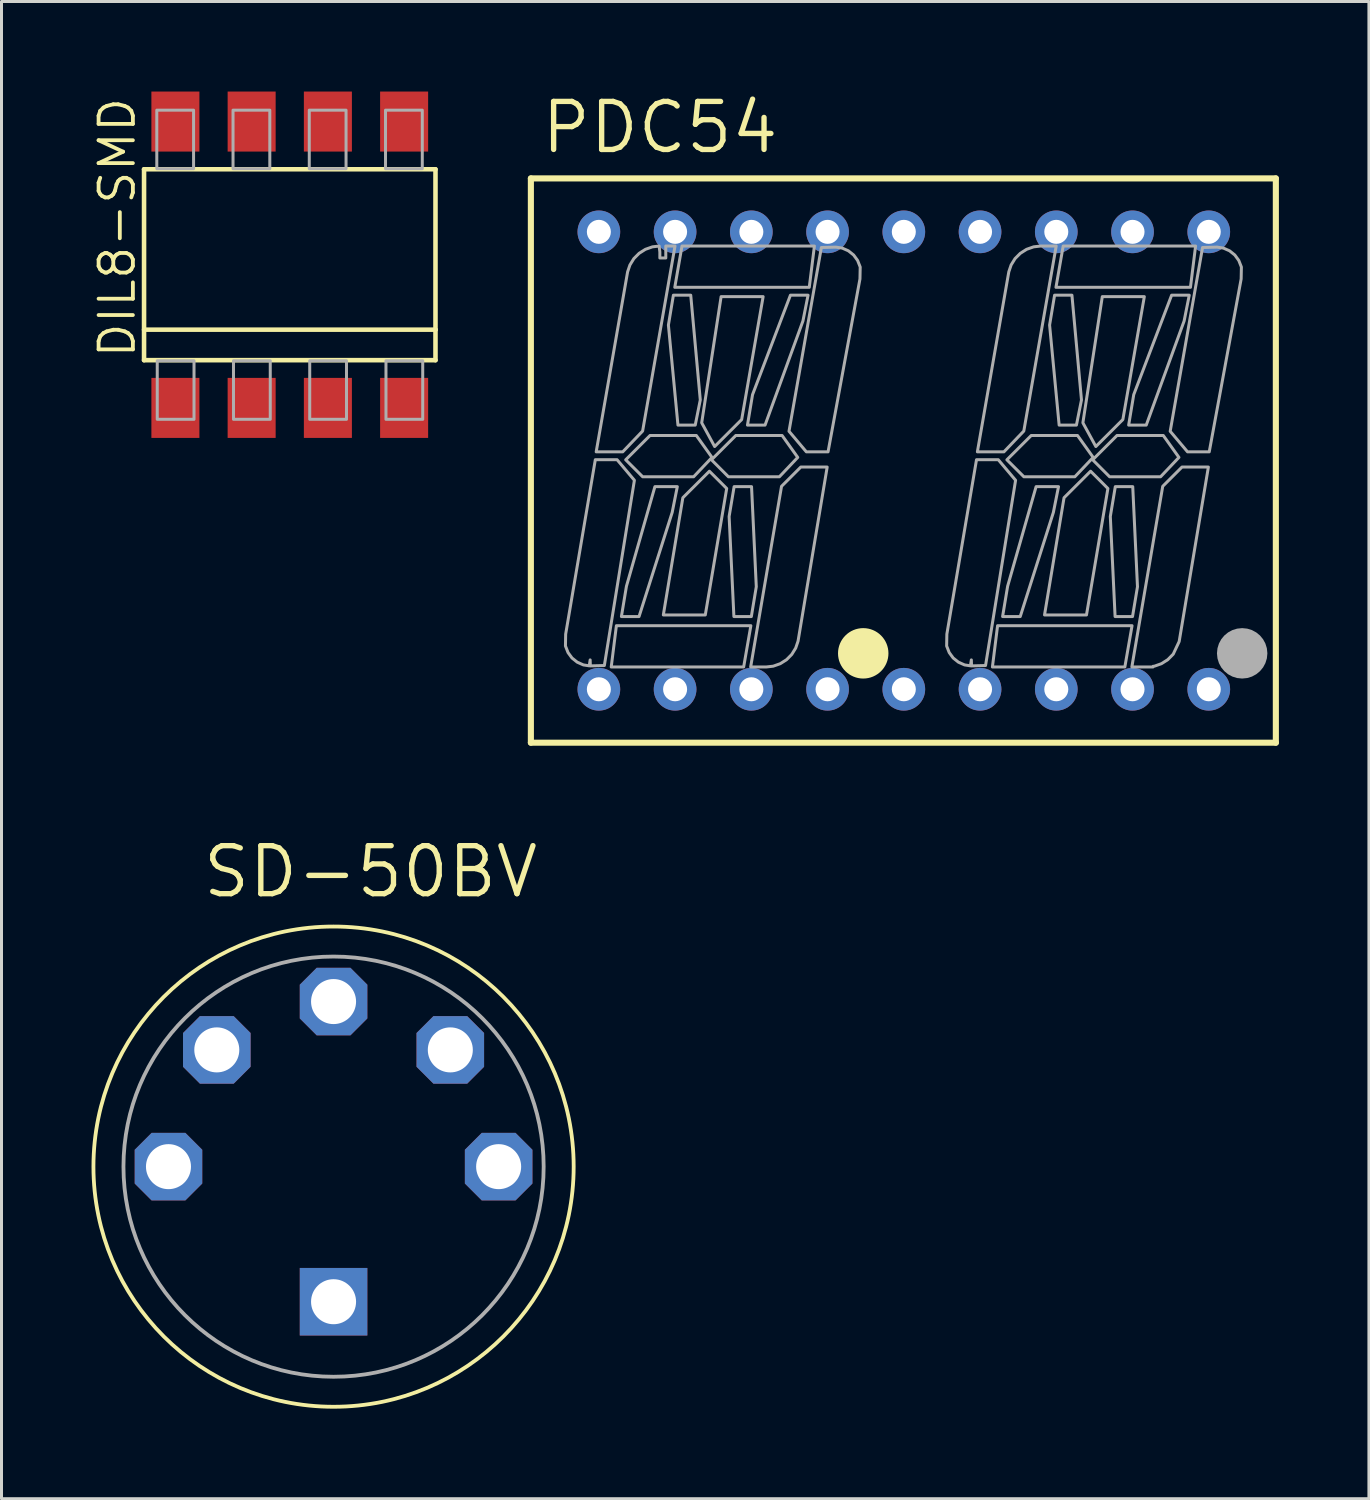
<source format=kicad_pcb>
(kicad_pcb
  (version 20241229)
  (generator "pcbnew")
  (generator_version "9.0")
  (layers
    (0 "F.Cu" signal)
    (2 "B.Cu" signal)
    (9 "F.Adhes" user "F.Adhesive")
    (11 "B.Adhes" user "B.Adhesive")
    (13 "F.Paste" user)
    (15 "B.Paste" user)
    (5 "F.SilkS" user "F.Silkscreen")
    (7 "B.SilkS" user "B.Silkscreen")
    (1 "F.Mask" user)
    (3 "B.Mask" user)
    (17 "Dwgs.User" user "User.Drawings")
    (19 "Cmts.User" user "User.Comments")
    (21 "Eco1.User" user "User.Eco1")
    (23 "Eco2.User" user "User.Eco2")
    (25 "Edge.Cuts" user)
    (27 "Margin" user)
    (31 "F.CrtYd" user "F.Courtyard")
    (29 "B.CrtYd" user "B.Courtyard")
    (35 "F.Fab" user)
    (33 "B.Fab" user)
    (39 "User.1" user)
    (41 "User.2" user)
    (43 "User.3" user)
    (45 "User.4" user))
  (footprint "DIL8-SMD"
    (layer "F.Cu")
    (at 6.604 5.77)
    (property "Reference" "DIL8-SMD" (at -5.08 3.175 90) (layer "F.SilkS") (effects (font (size 1.143 1.143) (thickness 0.127)) (justify left bottom)))
    (fp_line (start -4.855 -3.18) (end 4.855 -3.18) (stroke (width 0.152) (type solid)) (layer "F.SilkS"))
    (fp_line (start -4.855 3.18) (end -4.855 -3.18) (stroke (width 0.152) (type solid)) (layer "F.SilkS"))
    (fp_line (start 4.855 -3.18) (end 4.855 2.164) (stroke (width 0.152) (type solid)) (layer "F.SilkS"))
    (fp_line (start 4.855 2.164) (end -4.855 2.164) (stroke (width 0.152) (type solid)) (layer "F.SilkS"))
    (fp_line (start 4.855 2.164) (end 4.855 3.18) (stroke (width 0.152) (type solid)) (layer "F.SilkS"))
    (fp_line (start 4.855 3.18) (end -4.855 3.18) (stroke (width 0.152) (type solid)) (layer "F.SilkS"))
    (fp_poly (pts (xy -4.415 5.15) (xy -3.19 5.15) (xy -3.19 3.2) (xy -4.415 3.2)) (stroke (width 0.1) (type solid)) (fill no) (layer "F.Fab"))
    (fp_poly (pts (xy -3.205 -5.15) (xy -4.43 -5.15) (xy -4.43 -3.2) (xy -3.205 -3.2)) (stroke (width 0.1) (type solid)) (fill no) (layer "F.Fab"))
    (fp_poly (pts (xy -1.875 5.15) (xy -0.65 5.15) (xy -0.65 3.2) (xy -1.875 3.2)) (stroke (width 0.1) (type solid)) (fill no) (layer "F.Fab"))
    (fp_poly (pts (xy -0.665 -5.15) (xy -1.89 -5.15) (xy -1.89 -3.2) (xy -0.665 -3.2)) (stroke (width 0.1) (type solid)) (fill no) (layer "F.Fab"))
    (fp_poly (pts (xy 0.665 5.15) (xy 1.89 5.15) (xy 1.89 3.2) (xy 0.665 3.2)) (stroke (width 0.1) (type solid)) (fill no) (layer "F.Fab"))
    (fp_poly (pts (xy 1.875 -5.15) (xy 0.65 -5.15) (xy 0.65 -3.2) (xy 1.875 -3.2)) (stroke (width 0.1) (type solid)) (fill no) (layer "F.Fab"))
    (fp_poly (pts (xy 3.205 5.15) (xy 4.43 5.15) (xy 4.43 3.2) (xy 3.205 3.2)) (stroke (width 0.1) (type solid)) (fill no) (layer "F.Fab"))
    (fp_poly (pts (xy 4.415 -5.15) (xy 3.19 -5.15) (xy 3.19 -3.2) (xy 4.415 -3.2)) (stroke (width 0.1) (type solid)) (fill no) (layer "F.Fab"))
    (pad "1" smd rect (at -3.81 4.77) (size 1.6 2) (layers "F.Cu" "F.Mask" "F.Paste"))
    (pad "2" smd rect (at -1.27 4.77) (size 1.6 2) (layers "F.Cu" "F.Mask" "F.Paste"))
    (pad "3" smd rect (at 1.27 4.77) (size 1.6 2) (layers "F.Cu" "F.Mask" "F.Paste"))
    (pad "4" smd rect (at 3.81 4.77) (size 1.6 2) (layers "F.Cu" "F.Mask" "F.Paste"))
    (pad "5" smd rect (at 3.81 -4.77 180) (size 1.6 2) (layers "F.Cu" "F.Mask" "F.Paste"))
    (pad "6" smd rect (at 1.27 -4.77 180) (size 1.6 2) (layers "F.Cu" "F.Mask" "F.Paste"))
    (pad "7" smd rect (at -1.27 -4.77 180) (size 1.6 2) (layers "F.Cu" "F.Mask" "F.Paste"))
    (pad "8" smd rect (at -3.81 -4.77 180) (size 1.6 2) (layers "F.Cu" "F.Mask" "F.Paste")))
  (footprint "PDC54"
    (layer "F.Cu")
    (at 27.062 12.294)
    (property "Reference" "PDC54" (at -12.165 -10.16 0) (layer "F.SilkS") (effects (font (size 1.6 1.6) (thickness 0.178)) (justify left bottom)))
    (fp_line (start -12.425 -9.4) (end 12.395 -9.4) (stroke (width 0.203) (type solid)) (layer "F.SilkS"))
    (fp_line (start -12.425 9.4) (end -12.425 -9.4) (stroke (width 0.203) (type solid)) (layer "F.SilkS"))
    (fp_line (start 12.395 -9.4) (end 12.395 9.4) (stroke (width 0.203) (type solid)) (layer "F.SilkS"))
    (fp_line (start 12.395 9.4) (end -12.425 9.4) (stroke (width 0.203) (type solid)) (layer "F.SilkS"))
    (fp_circle (center -1.352 6.423) (end -0.932 6.423) (stroke (width 0.84) (type solid)) (fill yes) (layer "F.SilkS"))
    (fp_circle (center 11.273 6.423) (end 11.693 6.423) (stroke (width 0.84) (type solid)) (fill no) (layer "F.Fab"))
    (fp_poly (pts (xy -5.336 6.878) (xy -9.748 6.878) (xy -9.576 5.502) (xy -5.096 5.502)) (stroke (width 0.1) (type solid)) (fill no) (layer "F.Fab"))
    (fp_poly (pts (xy -3.15 -5.771) (xy -7.631 -5.771) (xy -7.39 -7.147) (xy -2.979 -7.147)) (stroke (width 0.1) (type solid)) (fill no) (layer "F.Fab"))
    (fp_poly (pts (xy 7.364 6.878) (xy 2.952 6.878) (xy 3.124 5.502) (xy 7.604 5.502)) (stroke (width 0.1) (type solid)) (fill no) (layer "F.Fab"))
    (fp_poly (pts (xy 9.55 -5.771) (xy 5.069 -5.771) (xy 5.31 -7.147) (xy 9.721 -7.147)) (stroke (width 0.1) (type solid)) (fill no) (layer "F.Fab"))
    (fp_poly (pts (xy -5.901 0.931) (xy -6.614 5.144) (xy -8.012 5.144) (xy -7.362 1.239) (xy -6.477 0.355)) (stroke (width 0.1) (type solid)) (fill no) (layer "F.Fab"))
    (fp_poly (pts (xy -5.402 -1.366) (xy -6.302 -0.467) (xy -6.734 -1.258) (xy -6.087 -5.461) (xy -4.687 -5.461)) (stroke (width 0.1) (type solid)) (fill no) (layer "F.Fab"))
    (fp_poly (pts (xy 6.799 0.931) (xy 6.086 5.144) (xy 4.688 5.144) (xy 5.338 1.239) (xy 6.223 0.355)) (stroke (width 0.1) (type solid)) (fill no) (layer "F.Fab"))
    (fp_poly (pts (xy 7.298 -1.366) (xy 6.398 -0.467) (xy 5.966 -1.258) (xy 6.613 -5.461) (xy 8.013 -5.461)) (stroke (width 0.1) (type solid)) (fill no) (layer "F.Fab"))
    (fp_poly (pts (xy -7.717 1.727) (xy -8.821 5.197) (xy -9.409 5.197) (xy -9.241 4.187) (xy -8.293 0.87) (xy -7.546 0.87)) (stroke (width 0.1) (type solid)) (fill no) (layer "F.Fab"))
    (fp_poly (pts (xy -6.781 -2.019) (xy -6.949 -1.181) (xy -7.525 -1.181) (xy -7.843 -4.514) (xy -7.677 -5.509) (xy -7.099 -5.509)) (stroke (width 0.1) (type solid)) (fill no) (layer "F.Fab"))
    (fp_poly (pts (xy -6.391 -0.105) (xy -7.003 0.541) (xy -8.7 0.541) (xy -9.266 -0.025) (xy -8.455 -0.835) (xy -6.913 -0.835)) (stroke (width 0.1) (type solid)) (fill no) (layer "F.Fab"))
    (fp_poly (pts (xy -4.915 4.204) (xy -5.08 5.197) (xy -5.661 5.197) (xy -5.82 1.863) (xy -5.654 0.87) (xy -5.073 0.87)) (stroke (width 0.1) (type solid)) (fill no) (layer "F.Fab"))
    (fp_poly (pts (xy -3.534 -0.105) (xy -4.146 0.541) (xy -5.843 0.541) (xy -6.408 -0.025) (xy -5.598 -0.835) (xy -4.055 -0.835)) (stroke (width 0.1) (type solid)) (fill no) (layer "F.Fab"))
    (fp_poly (pts (xy -3.361 -4.65) (xy -4.623 -1.181) (xy -5.209 -1.181) (xy -5.04 -2.195) (xy -3.778 -5.509) (xy -3.19 -5.509)) (stroke (width 0.1) (type solid)) (fill no) (layer "F.Fab"))
    (fp_poly (pts (xy 4.983 1.727) (xy 3.879 5.197) (xy 3.291 5.197) (xy 3.459 4.187) (xy 4.407 0.87) (xy 5.154 0.87)) (stroke (width 0.1) (type solid)) (fill no) (layer "F.Fab"))
    (fp_poly (pts (xy 5.919 -2.019) (xy 5.751 -1.181) (xy 5.175 -1.181) (xy 4.857 -4.514) (xy 5.023 -5.509) (xy 5.601 -5.509)) (stroke (width 0.1) (type solid)) (fill no) (layer "F.Fab"))
    (fp_poly (pts (xy 6.309 -0.105) (xy 5.697 0.541) (xy 4 0.541) (xy 3.434 -0.025) (xy 4.245 -0.835) (xy 5.787 -0.835)) (stroke (width 0.1) (type solid)) (fill no) (layer "F.Fab"))
    (fp_poly (pts (xy 7.785 4.204) (xy 7.62 5.197) (xy 7.039 5.197) (xy 6.88 1.863) (xy 7.046 0.87) (xy 7.627 0.87)) (stroke (width 0.1) (type solid)) (fill no) (layer "F.Fab"))
    (fp_poly (pts (xy 9.166 -0.105) (xy 8.554 0.541) (xy 6.857 0.541) (xy 6.292 -0.025) (xy 7.102 -0.835) (xy 8.645 -0.835)) (stroke (width 0.1) (type solid)) (fill no) (layer "F.Fab"))
    (fp_poly (pts (xy 9.339 -4.65) (xy 8.077 -1.181) (xy 7.491 -1.181) (xy 7.66 -2.195) (xy 8.922 -5.509) (xy 9.51 -5.509)) (stroke (width 0.1) (type solid)) (fill no) (layer "F.Fab"))
    (fp_poly (pts (xy -3.524 6.018) (xy -3.602 6.247) (xy -3.733 6.459) (xy -3.907 6.635) (xy -4.117 6.768) (xy -4.351 6.851) (xy -4.587 6.878) (xy -5.103 6.878) (xy -4.074 0.858) (xy -3.433 0.217) (xy -2.553 0.217)) (stroke (width 0.1) (type solid)) (fill no) (layer "F.Fab"))
    (fp_poly (pts (xy 3.998 -0.983) (xy 3.335 -0.29) (xy 2.451 -0.29) (xy 3.498 -6.288) (xy 3.575 -6.516) (xy 3.706 -6.728) (xy 3.881 -6.904) (xy 4.09 -7.037) (xy 4.325 -7.12) (xy 4.56 -7.147) (xy 5.077 -7.147)) (stroke (width 0.1) (type solid)) (fill no) (layer "F.Fab"))
    (fp_poly (pts (xy 9.174 6.029) (xy 8.976 6.45) (xy 8.793 6.635) (xy 8.583 6.768) (xy 8.349 6.851) (xy 8.301 6.856) (xy 8.301 6.878) (xy 7.597 6.878) (xy 8.626 0.858) (xy 9.267 0.217) (xy 10.147 0.217)) (stroke (width 0.1) (type solid)) (fill no) (layer "F.Fab"))
    (fp_poly (pts (xy 10.649 -7.078) (xy 10.853 -6.988) (xy 11.028 -6.848) (xy 11.16 -6.667) (xy 11.247 -6.447) (xy 11.239 -6.051) (xy 10.176 -0.29) (xy 9.453 -0.29) (xy 8.875 -0.976) (xy 9.953 -7.098) (xy 10.436 -7.111)) (stroke (width 0.1) (type solid)) (fill no) (layer "F.Fab"))
    (fp_poly (pts (xy -2.051 -7.078) (xy -1.847 -6.988) (xy -1.672 -6.848) (xy -1.54 -6.667) (xy -1.453 -6.447) (xy -1.461 -6.051) (xy -2.524 -0.29) (xy -3.247 -0.29) (xy -3.825 -0.976) (xy -2.747 -7.098) (xy -2.28 -7.11) (xy -2.262 -7.11)) (stroke (width 0.1) (type solid)) (fill no) (layer "F.Fab"))
    (fp_poly (pts (xy -8.976 0.657) (xy -9.977 6.829) (xy -10.444 6.841) (xy -10.45 6.642) (xy -10.48 6.839) (xy -10.675 6.809) (xy -10.88 6.718) (xy -11.055 6.578) (xy -11.187 6.398) (xy -11.273 6.178) (xy -11.266 5.783) (xy -10.278 -0.028) (xy -9.553 -0.028)) (stroke (width 0.1) (type solid)) (fill no) (layer "F.Fab"))
    (fp_poly (pts (xy 3.724 0.657) (xy 2.723 6.829) (xy 2.256 6.841) (xy 2.25 6.642) (xy 2.22 6.839) (xy 2.025 6.809) (xy 1.82 6.718) (xy 1.645 6.578) (xy 1.513 6.398) (xy 1.427 6.178) (xy 1.434 5.783) (xy 2.422 -0.028) (xy 3.147 -0.028)) (stroke (width 0.1) (type solid)) (fill no) (layer "F.Fab"))
    (fp_poly (pts (xy -8.702 -0.983) (xy -9.365 -0.29) (xy -10.249 -0.29) (xy -9.202 -6.288) (xy -9.125 -6.516) (xy -8.994 -6.728) (xy -8.819 -6.904) (xy -8.61 -7.037) (xy -8.375 -7.12) (xy -8.151 -7.146) (xy -8.128 -6.948) (xy -8.128 -6.749) (xy -7.93 -6.749) (xy -7.93 -7.147) (xy -7.623 -7.147)) (stroke (width 0.1) (type solid)) (fill no) (layer "F.Fab"))
    (pad "1" thru_hole circle (at -10.16 7.62) (size 1.422 1.422) (drill 0.8) (layers "*.Cu" "*.Mask"))
    (pad "2" thru_hole circle (at -7.62 7.62) (size 1.422 1.422) (drill 0.8) (layers "*.Cu" "*.Mask"))
    (pad "3" thru_hole circle (at -5.08 7.62) (size 1.422 1.422) (drill 0.8) (layers "*.Cu" "*.Mask"))
    (pad "4" thru_hole circle (at -2.54 7.62) (size 1.422 1.422) (drill 0.8) (layers "*.Cu" "*.Mask"))
    (pad "5" thru_hole circle (at 0 7.62) (size 1.422 1.422) (drill 0.8) (layers "*.Cu" "*.Mask"))
    (pad "6" thru_hole circle (at 2.54 7.62) (size 1.422 1.422) (drill 0.8) (layers "*.Cu" "*.Mask"))
    (pad "7" thru_hole circle (at 5.08 7.62) (size 1.422 1.422) (drill 0.8) (layers "*.Cu" "*.Mask"))
    (pad "8" thru_hole circle (at 7.62 7.62) (size 1.422 1.422) (drill 0.8) (layers "*.Cu" "*.Mask"))
    (pad "9" thru_hole circle (at 10.16 7.62) (size 1.422 1.422) (drill 0.8) (layers "*.Cu" "*.Mask"))
    (pad "10" thru_hole circle (at 10.16 -7.62 180) (size 1.422 1.422) (drill 0.8) (layers "*.Cu" "*.Mask"))
    (pad "11" thru_hole circle (at 7.62 -7.62 180) (size 1.422 1.422) (drill 0.8) (layers "*.Cu" "*.Mask"))
    (pad "12" thru_hole circle (at 5.08 -7.62 180) (size 1.422 1.422) (drill 0.8) (layers "*.Cu" "*.Mask"))
    (pad "13" thru_hole circle (at 2.54 -7.62 180) (size 1.422 1.422) (drill 0.8) (layers "*.Cu" "*.Mask"))
    (pad "14" thru_hole circle (at 0 -7.62 180) (size 1.422 1.422) (drill 0.8) (layers "*.Cu" "*.Mask"))
    (pad "15" thru_hole circle (at -2.54 -7.62 180) (size 1.422 1.422) (drill 0.8) (layers "*.Cu" "*.Mask"))
    (pad "16" thru_hole circle (at -5.08 -7.62 180) (size 1.422 1.422) (drill 0.8) (layers "*.Cu" "*.Mask"))
    (pad "17" thru_hole circle (at -7.62 -7.62 180) (size 1.422 1.422) (drill 0.8) (layers "*.Cu" "*.Mask"))
    (pad "18" thru_hole circle (at -10.16 -7.62 180) (size 1.422 1.422) (drill 0.8) (layers "*.Cu" "*.Mask")))
  (footprint "SD-50BV"
    (layer "F.Cu")
    (at 8.063 35.819)
    (property "Reference" "SD-50BV" (at -4.445 -8.89 0) (layer "F.SilkS") (effects (font (size 1.6 1.6) (thickness 0.178)) (justify left bottom)))
    (fp_circle (center 0 0) (end 8 0) (stroke (width 0.127) (type solid)) (fill no) (layer "F.SilkS"))
    (fp_circle (center 0 0) (end 7 0) (stroke (width 0.127) (type solid)) (fill no) (layer "F.Fab"))
    (pad "1" thru_hole roundrect (at -5.5 0) (size 2.25 2.25) (drill 1.5) (layers "*.Cu" "*.Mask") (roundrect_rratio 0.25) (chamfer_ratio 0.25) (chamfer top_left top_right bottom_left bottom_right))
    (pad "2" thru_hole roundrect (at 0 -5.5 90) (size 2.25 2.25) (drill 1.5) (layers "*.Cu" "*.Mask") (roundrect_rratio 0.25) (chamfer_ratio 0.25) (chamfer top_left top_right bottom_left bottom_right))
    (pad "3" thru_hole roundrect (at 5.5 0) (size 2.25 2.25) (drill 1.5) (layers "*.Cu" "*.Mask") (roundrect_rratio 0.25) (chamfer_ratio 0.25) (chamfer top_left top_right bottom_left bottom_right))
    (pad "4" thru_hole roundrect (at -3.89 -3.89) (size 2.25 2.25) (drill 1.5) (layers "*.Cu" "*.Mask") (roundrect_rratio 0.25) (chamfer_ratio 0.25) (chamfer top_left top_right bottom_left bottom_right))
    (pad "5" thru_hole roundrect (at 3.89 -3.89) (size 2.25 2.25) (drill 1.5) (layers "*.Cu" "*.Mask") (roundrect_rratio 0.25) (chamfer_ratio 0.25) (chamfer top_left top_right bottom_left bottom_right))
    (pad "P$3" thru_hole rect (at 0 4.5) (size 2.25 2.25) (drill 1.5) (layers "*.Cu" "*.Mask")))
  (gr_rect
    (start -3 -3)
    (end 42.558 46.882)
    (stroke (width 0.1) (type default))
    (fill no)
    (layer "Edge.Cuts")))
</source>
